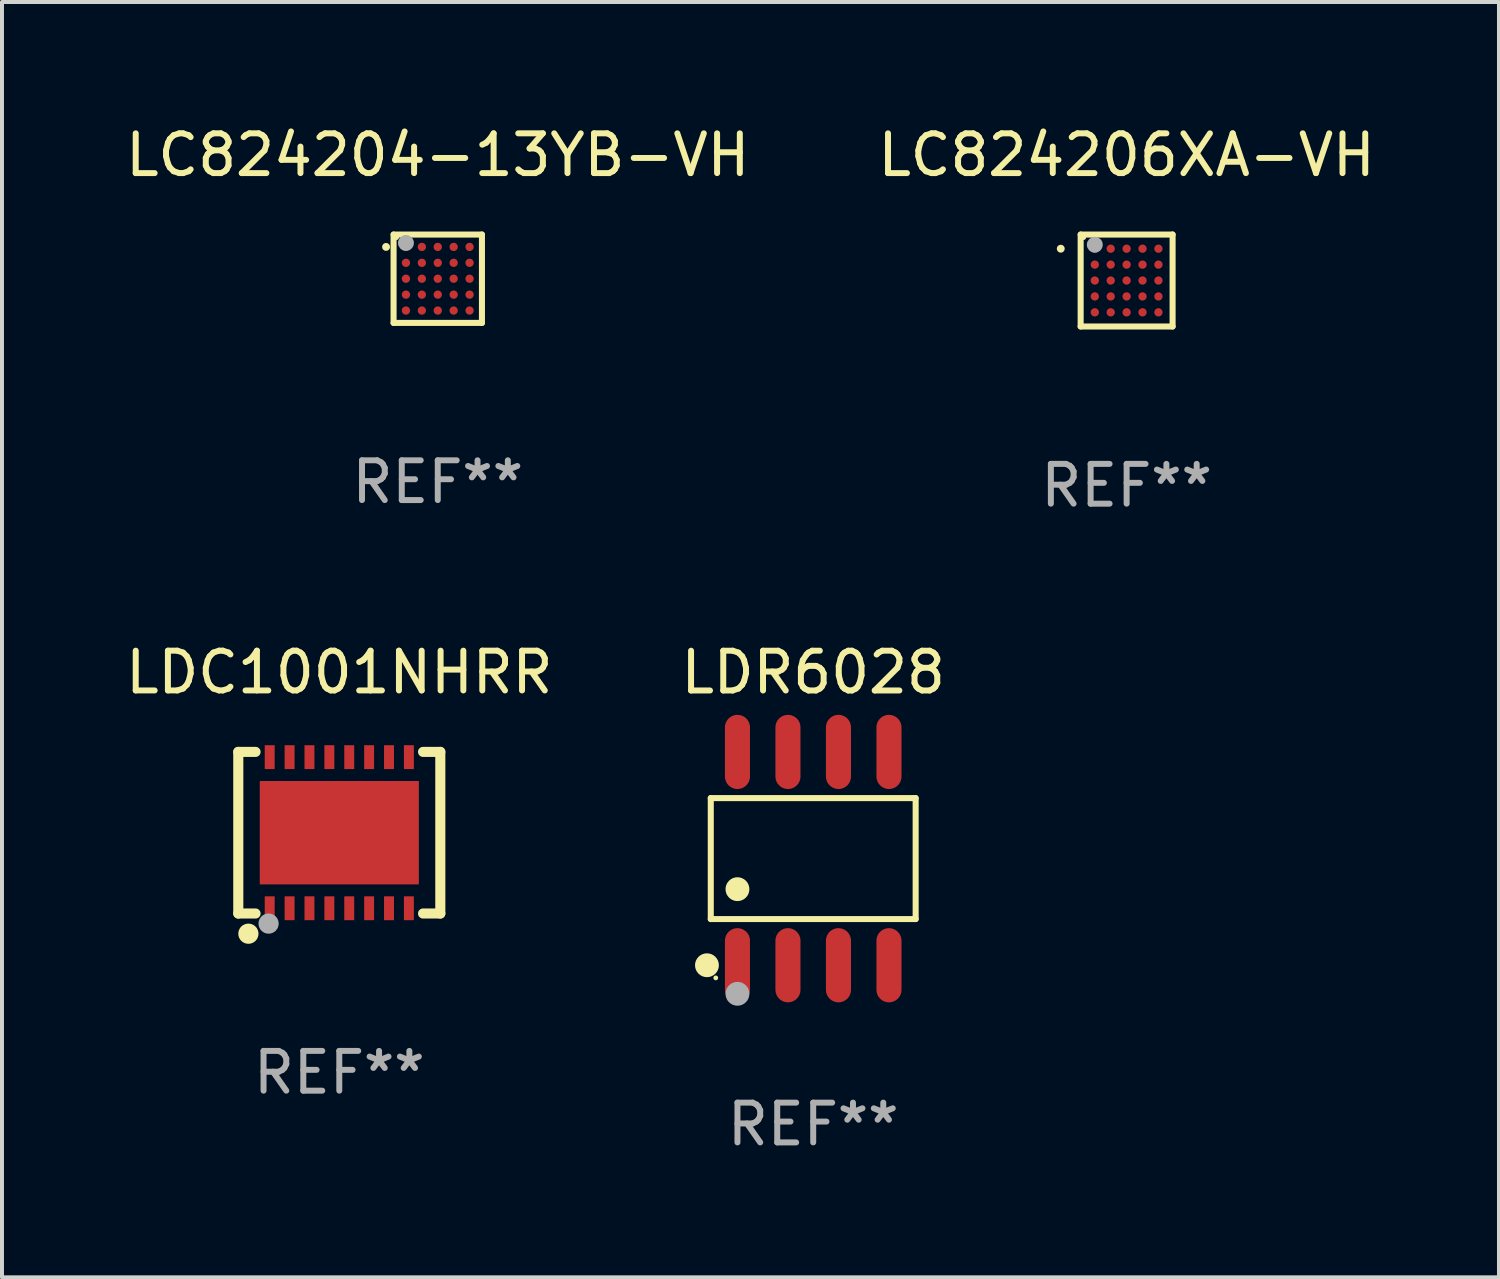
<source format=kicad_pcb>
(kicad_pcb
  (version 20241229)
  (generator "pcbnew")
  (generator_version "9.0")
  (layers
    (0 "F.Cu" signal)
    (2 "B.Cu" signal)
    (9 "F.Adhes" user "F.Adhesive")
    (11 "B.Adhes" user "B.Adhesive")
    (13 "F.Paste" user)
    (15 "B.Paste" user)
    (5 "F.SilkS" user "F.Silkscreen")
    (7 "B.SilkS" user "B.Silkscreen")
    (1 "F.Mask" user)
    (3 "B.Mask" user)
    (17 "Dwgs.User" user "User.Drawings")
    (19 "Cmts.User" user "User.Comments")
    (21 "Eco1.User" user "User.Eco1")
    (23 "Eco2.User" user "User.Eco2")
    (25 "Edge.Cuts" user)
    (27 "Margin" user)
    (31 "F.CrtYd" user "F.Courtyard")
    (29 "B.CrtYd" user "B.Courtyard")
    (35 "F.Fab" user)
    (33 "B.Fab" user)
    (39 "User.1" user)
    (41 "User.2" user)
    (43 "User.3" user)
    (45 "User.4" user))
  (footprint "LC824204-13YB-VH"
    (layer "F.Cu")
    (at 7.958 3.959)
    (property "Reference" "LC824204-13YB-VH" (at 0 -3.111 0) (layer "F.SilkS") (effects (font (size 1 1) (thickness 0.15))))
    (attr through_hole)
    (fp_line (start -1.111 -1.111) (end 1.111 -1.111) (stroke (width 0.152) (type solid)) (layer "F.SilkS"))
    (fp_line (start -1.111 1.111) (end -1.111 -1.111) (stroke (width 0.152) (type solid)) (layer "F.SilkS"))
    (fp_line (start 1.111 -1.111) (end 1.111 1.111) (stroke (width 0.152) (type solid)) (layer "F.SilkS"))
    (fp_line (start 1.111 1.111) (end -1.111 1.111) (stroke (width 0.152) (type solid)) (layer "F.SilkS"))
    (fp_circle (center -1.3 -0.8) (end -1.25 -0.8) (stroke (width 0.1) (type solid)) (fill no) (layer "F.SilkS"))
    (fp_circle (center -1.035 -1.035) (end -1.005 -1.035) (stroke (width 0.06) (type solid)) (fill no) (layer "F.SilkS"))
    (fp_circle (center -0.8 -0.9) (end -0.7 -0.9) (stroke (width 0.2) (type solid)) (fill no) (layer "F.Fab"))
    (fp_text user "REF**" (at 0 5.111 0) (layer "F.Fab") (effects (font (size 1 1) (thickness 0.15))))
    (pad "A1" smd circle (at -0.8 -0.8) (size 0.208 0.208) (layers "F.Cu" "F.Mask" "F.Paste"))
    (pad "A2" smd circle (at -0.4 -0.8) (size 0.208 0.208) (layers "F.Cu" "F.Mask" "F.Paste"))
    (pad "A3" smd circle (at 0 -0.8) (size 0.208 0.208) (layers "F.Cu" "F.Mask" "F.Paste"))
    (pad "A4" smd circle (at 0.4 -0.8) (size 0.208 0.208) (layers "F.Cu" "F.Mask" "F.Paste"))
    (pad "A5" smd circle (at 0.8 -0.8) (size 0.208 0.208) (layers "F.Cu" "F.Mask" "F.Paste"))
    (pad "B1" smd circle (at -0.8 -0.4) (size 0.208 0.208) (layers "F.Cu" "F.Mask" "F.Paste"))
    (pad "B2" smd circle (at -0.4 -0.4) (size 0.208 0.208) (layers "F.Cu" "F.Mask" "F.Paste"))
    (pad "B3" smd circle (at 0 -0.4) (size 0.208 0.208) (layers "F.Cu" "F.Mask" "F.Paste"))
    (pad "B4" smd circle (at 0.4 -0.4) (size 0.208 0.208) (layers "F.Cu" "F.Mask" "F.Paste"))
    (pad "B5" smd circle (at 0.8 -0.4) (size 0.208 0.208) (layers "F.Cu" "F.Mask" "F.Paste"))
    (pad "C1" smd circle (at -0.8 0) (size 0.208 0.208) (layers "F.Cu" "F.Mask" "F.Paste"))
    (pad "C2" smd circle (at -0.4 0) (size 0.208 0.208) (layers "F.Cu" "F.Mask" "F.Paste"))
    (pad "C3" smd circle (at 0 0) (size 0.208 0.208) (layers "F.Cu" "F.Mask" "F.Paste"))
    (pad "C4" smd circle (at 0.4 0) (size 0.208 0.208) (layers "F.Cu" "F.Mask" "F.Paste"))
    (pad "C5" smd circle (at 0.8 0) (size 0.208 0.208) (layers "F.Cu" "F.Mask" "F.Paste"))
    (pad "D1" smd circle (at -0.8 0.4) (size 0.208 0.208) (layers "F.Cu" "F.Mask" "F.Paste"))
    (pad "D2" smd circle (at -0.4 0.4) (size 0.208 0.208) (layers "F.Cu" "F.Mask" "F.Paste"))
    (pad "D3" smd circle (at 0 0.4) (size 0.208 0.208) (layers "F.Cu" "F.Mask" "F.Paste"))
    (pad "D4" smd circle (at 0.4 0.4) (size 0.208 0.208) (layers "F.Cu" "F.Mask" "F.Paste"))
    (pad "D5" smd circle (at 0.8 0.4) (size 0.208 0.208) (layers "F.Cu" "F.Mask" "F.Paste"))
    (pad "E1" smd circle (at -0.8 0.8) (size 0.208 0.208) (layers "F.Cu" "F.Mask" "F.Paste"))
    (pad "E2" smd circle (at -0.4 0.8) (size 0.208 0.208) (layers "F.Cu" "F.Mask" "F.Paste"))
    (pad "E3" smd circle (at 0 0.8) (size 0.208 0.208) (layers "F.Cu" "F.Mask" "F.Paste"))
    (pad "E4" smd circle (at 0.4 0.8) (size 0.208 0.208) (layers "F.Cu" "F.Mask" "F.Paste"))
    (pad "E5" smd circle (at 0.8 0.8) (size 0.208 0.208) (layers "F.Cu" "F.Mask" "F.Paste")))
  (footprint "LDR6028"
    (layer "F.Cu")
    (at 17.399 18.54)
    (property "Reference" "LDR6028" (at 0 -4.682 0) (layer "F.SilkS") (effects (font (size 1 1) (thickness 0.15))))
    (attr through_hole)
    (fp_line (start -2.576 -1.521) (end 2.576 -1.521) (stroke (width 0.152) (type solid)) (layer "F.SilkS"))
    (fp_line (start -2.576 1.521) (end -2.576 -1.521) (stroke (width 0.152) (type solid)) (layer "F.SilkS"))
    (fp_line (start 2.576 -1.521) (end 2.576 1.521) (stroke (width 0.152) (type solid)) (layer "F.SilkS"))
    (fp_line (start 2.576 1.521) (end -2.576 1.521) (stroke (width 0.152) (type solid)) (layer "F.SilkS"))
    (fp_circle (center -2.672 2.682) (end -2.522 2.682) (stroke (width 0.3) (type solid)) (fill no) (layer "F.SilkS"))
    (fp_circle (center -2.45 3) (end -2.42 3) (stroke (width 0.06) (type solid)) (fill no) (layer "F.SilkS"))
    (fp_circle (center -1.905 0.769) (end -1.755 0.769) (stroke (width 0.3) (type solid)) (fill no) (layer "F.SilkS"))
    (fp_circle (center -1.905 3.4) (end -1.755 3.4) (stroke (width 0.3) (type solid)) (fill no) (layer "F.Fab"))
    (fp_text user "REF**" (at 0 6.682 0) (layer "F.Fab") (effects (font (size 1 1) (thickness 0.15))))
    (pad "1" smd oval (at -1.905 2.682) (size 0.63 1.865) (layers "F.Cu" "F.Mask" "F.Paste"))
    (pad "2" smd oval (at -0.635 2.682) (size 0.63 1.865) (layers "F.Cu" "F.Mask" "F.Paste"))
    (pad "3" smd oval (at 0.635 2.682) (size 0.63 1.865) (layers "F.Cu" "F.Mask" "F.Paste"))
    (pad "4" smd oval (at 1.905 2.682) (size 0.63 1.865) (layers "F.Cu" "F.Mask" "F.Paste"))
    (pad "5" smd oval (at 1.905 -2.682) (size 0.63 1.865) (layers "F.Cu" "F.Mask" "F.Paste"))
    (pad "6" smd oval (at 0.635 -2.682) (size 0.63 1.865) (layers "F.Cu" "F.Mask" "F.Paste"))
    (pad "7" smd oval (at -0.635 -2.682) (size 0.63 1.865) (layers "F.Cu" "F.Mask" "F.Paste"))
    (pad "8" smd oval (at -1.905 -2.682) (size 0.63 1.865) (layers "F.Cu" "F.Mask" "F.Paste")))
  (footprint "LDC1001NHRR"
    (layer "F.Cu")
    (at 5.482 17.889)
    (property "Reference" "LDC1001NHRR" (at 0 -4.032 0) (layer "F.SilkS") (effects (font (size 1 1) (thickness 0.15))))
    (attr through_hole)
    (fp_line (start -2.54 -2.032) (end -2.54 2.032) (stroke (width 0.254) (type solid)) (layer "F.SilkS"))
    (fp_line (start -2.54 2.032) (end -2.106 2.032) (stroke (width 0.254) (type solid)) (layer "F.SilkS"))
    (fp_line (start -2.106 -2.032) (end -2.54 -2.032) (stroke (width 0.254) (type solid)) (layer "F.SilkS"))
    (fp_line (start 2.106 2.032) (end 2.54 2.032) (stroke (width 0.254) (type solid)) (layer "F.SilkS"))
    (fp_line (start 2.54 -2.032) (end 2.106 -2.032) (stroke (width 0.254) (type solid)) (layer "F.SilkS"))
    (fp_line (start 2.54 2.032) (end 2.54 -2.032) (stroke (width 0.254) (type solid)) (layer "F.SilkS"))
    (fp_circle (center -2.5 2) (end -2.47 2) (stroke (width 0.06) (type solid)) (fill no) (layer "F.SilkS"))
    (fp_circle (center -2.286 2.54) (end -2.159 2.54) (stroke (width 0.254) (type solid)) (fill no) (layer "F.SilkS"))
    (fp_circle (center -1.778 2.286) (end -1.651 2.286) (stroke (width 0.254) (type solid)) (fill no) (layer "F.Fab"))
    (fp_text user "REF**" (at 0 6.032 0) (layer "F.Fab") (effects (font (size 1 1) (thickness 0.15))))
    (pad "1" smd rect (at -1.75 1.9) (size 0.25 0.6) (layers "F.Cu" "F.Mask" "F.Paste"))
    (pad "2" smd rect (at -1.25 1.9) (size 0.25 0.6) (layers "F.Cu" "F.Mask" "F.Paste"))
    (pad "3" smd rect (at -0.75 1.9) (size 0.25 0.6) (layers "F.Cu" "F.Mask" "F.Paste"))
    (pad "4" smd rect (at -0.25 1.9) (size 0.25 0.6) (layers "F.Cu" "F.Mask" "F.Paste"))
    (pad "5" smd rect (at 0.25 1.9) (size 0.25 0.6) (layers "F.Cu" "F.Mask" "F.Paste"))
    (pad "6" smd rect (at 0.75 1.9) (size 0.25 0.6) (layers "F.Cu" "F.Mask" "F.Paste"))
    (pad "7" smd rect (at 1.25 1.9) (size 0.25 0.6) (layers "F.Cu" "F.Mask" "F.Paste"))
    (pad "8" smd rect (at 1.75 1.9) (size 0.25 0.6) (layers "F.Cu" "F.Mask" "F.Paste"))
    (pad "9" smd rect (at 1.75 -1.9) (size 0.25 0.6) (layers "F.Cu" "F.Mask" "F.Paste"))
    (pad "10" smd rect (at 1.25 -1.9) (size 0.25 0.6) (layers "F.Cu" "F.Mask" "F.Paste"))
    (pad "11" smd rect (at 0.75 -1.9) (size 0.25 0.6) (layers "F.Cu" "F.Mask" "F.Paste"))
    (pad "12" smd rect (at 0.25 -1.9) (size 0.25 0.6) (layers "F.Cu" "F.Mask" "F.Paste"))
    (pad "13" smd rect (at -0.25 -1.9) (size 0.25 0.6) (layers "F.Cu" "F.Mask" "F.Paste"))
    (pad "14" smd rect (at -0.75 -1.9) (size 0.25 0.6) (layers "F.Cu" "F.Mask" "F.Paste"))
    (pad "15" smd rect (at -1.25 -1.9) (size 0.25 0.6) (layers "F.Cu" "F.Mask" "F.Paste"))
    (pad "16" smd rect (at -1.75 -1.9) (size 0.25 0.6) (layers "F.Cu" "F.Mask" "F.Paste"))
    (pad "17" smd rect (at 0 0.000127) (size 4 2.6) (layers "F.Cu" "F.Mask" "F.Paste")))
  (footprint "LC824206XA-VH"
    (layer "F.Cu")
    (at 25.28 4.004)
    (property "Reference" "LC824206XA-VH" (at 0 -3.156 0) (layer "F.SilkS") (effects (font (size 1 1) (thickness 0.15))))
    (attr through_hole)
    (fp_line (start -1.156 -1.156) (end 1.156 -1.156) (stroke (width 0.152) (type solid)) (layer "F.SilkS"))
    (fp_line (start -1.156 1.156) (end -1.156 -1.156) (stroke (width 0.152) (type solid)) (layer "F.SilkS"))
    (fp_line (start 1.156 -1.156) (end 1.156 1.156) (stroke (width 0.152) (type solid)) (layer "F.SilkS"))
    (fp_line (start 1.156 1.156) (end -1.156 1.156) (stroke (width 0.152) (type solid)) (layer "F.SilkS"))
    (fp_circle (center -1.656 -0.8) (end -1.606 -0.8) (stroke (width 0.1) (type solid)) (fill no) (layer "F.SilkS"))
    (fp_circle (center -1.08 -1.08) (end -1.05 -1.08) (stroke (width 0.06) (type solid)) (fill no) (layer "F.SilkS"))
    (fp_circle (center -0.8 -0.9) (end -0.7 -0.9) (stroke (width 0.2) (type solid)) (fill no) (layer "F.Fab"))
    (fp_text user "REF**" (at 0 5.156 0) (layer "F.Fab") (effects (font (size 1 1) (thickness 0.15))))
    (pad "A1" smd circle (at -0.8 -0.8) (size 0.208 0.208) (layers "F.Cu" "F.Mask" "F.Paste"))
    (pad "A2" smd circle (at -0.4 -0.8) (size 0.208 0.208) (layers "F.Cu" "F.Mask" "F.Paste"))
    (pad "A3" smd circle (at 0 -0.8) (size 0.208 0.208) (layers "F.Cu" "F.Mask" "F.Paste"))
    (pad "A4" smd circle (at 0.4 -0.8) (size 0.208 0.208) (layers "F.Cu" "F.Mask" "F.Paste"))
    (pad "A5" smd circle (at 0.8 -0.8) (size 0.208 0.208) (layers "F.Cu" "F.Mask" "F.Paste"))
    (pad "B1" smd circle (at -0.8 -0.4) (size 0.208 0.208) (layers "F.Cu" "F.Mask" "F.Paste"))
    (pad "B2" smd circle (at -0.4 -0.4) (size 0.208 0.208) (layers "F.Cu" "F.Mask" "F.Paste"))
    (pad "B3" smd circle (at 0 -0.4) (size 0.208 0.208) (layers "F.Cu" "F.Mask" "F.Paste"))
    (pad "B4" smd circle (at 0.4 -0.4) (size 0.208 0.208) (layers "F.Cu" "F.Mask" "F.Paste"))
    (pad "B5" smd circle (at 0.8 -0.4) (size 0.208 0.208) (layers "F.Cu" "F.Mask" "F.Paste"))
    (pad "C1" smd circle (at -0.8 0) (size 0.208 0.208) (layers "F.Cu" "F.Mask" "F.Paste"))
    (pad "C2" smd circle (at -0.4 0) (size 0.208 0.208) (layers "F.Cu" "F.Mask" "F.Paste"))
    (pad "C3" smd circle (at 0 0) (size 0.208 0.208) (layers "F.Cu" "F.Mask" "F.Paste"))
    (pad "C4" smd circle (at 0.4 0) (size 0.208 0.208) (layers "F.Cu" "F.Mask" "F.Paste"))
    (pad "C5" smd circle (at 0.8 0) (size 0.208 0.208) (layers "F.Cu" "F.Mask" "F.Paste"))
    (pad "D1" smd circle (at -0.8 0.4) (size 0.208 0.208) (layers "F.Cu" "F.Mask" "F.Paste"))
    (pad "D2" smd circle (at -0.4 0.4) (size 0.208 0.208) (layers "F.Cu" "F.Mask" "F.Paste"))
    (pad "D3" smd circle (at 0 0.4) (size 0.208 0.208) (layers "F.Cu" "F.Mask" "F.Paste"))
    (pad "D4" smd circle (at 0.4 0.4) (size 0.208 0.208) (layers "F.Cu" "F.Mask" "F.Paste"))
    (pad "D5" smd circle (at 0.8 0.4) (size 0.208 0.208) (layers "F.Cu" "F.Mask" "F.Paste"))
    (pad "E1" smd circle (at -0.8 0.8) (size 0.208 0.208) (layers "F.Cu" "F.Mask" "F.Paste"))
    (pad "E2" smd circle (at -0.4 0.8) (size 0.208 0.208) (layers "F.Cu" "F.Mask" "F.Paste"))
    (pad "E3" smd circle (at 0 0.8) (size 0.208 0.208) (layers "F.Cu" "F.Mask" "F.Paste"))
    (pad "E4" smd circle (at 0.4 0.8) (size 0.208 0.208) (layers "F.Cu" "F.Mask" "F.Paste"))
    (pad "E5" smd circle (at 0.8 0.8) (size 0.208 0.208) (layers "F.Cu" "F.Mask" "F.Paste")))
  (gr_rect
    (start -3 -3)
    (end 34.643 29.07)
    (stroke (width 0.1) (type default))
    (fill no)
    (layer "Edge.Cuts")))
</source>
